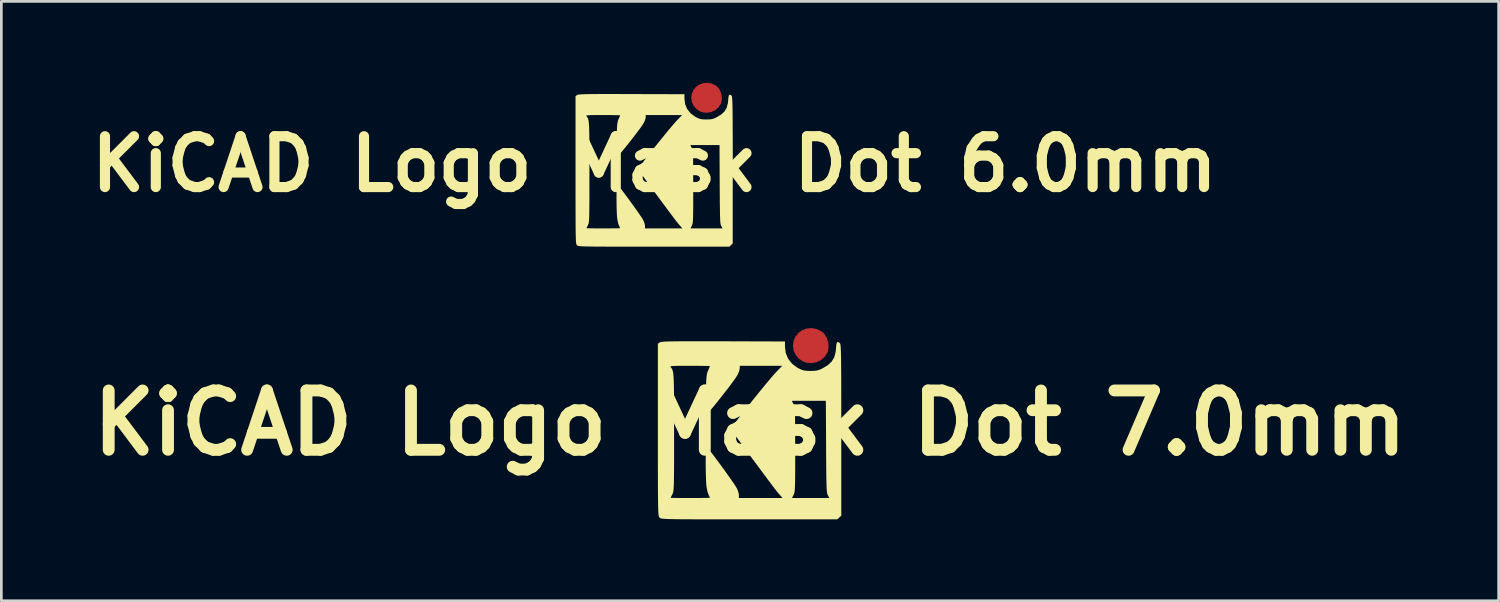
<source format=kicad_pcb>
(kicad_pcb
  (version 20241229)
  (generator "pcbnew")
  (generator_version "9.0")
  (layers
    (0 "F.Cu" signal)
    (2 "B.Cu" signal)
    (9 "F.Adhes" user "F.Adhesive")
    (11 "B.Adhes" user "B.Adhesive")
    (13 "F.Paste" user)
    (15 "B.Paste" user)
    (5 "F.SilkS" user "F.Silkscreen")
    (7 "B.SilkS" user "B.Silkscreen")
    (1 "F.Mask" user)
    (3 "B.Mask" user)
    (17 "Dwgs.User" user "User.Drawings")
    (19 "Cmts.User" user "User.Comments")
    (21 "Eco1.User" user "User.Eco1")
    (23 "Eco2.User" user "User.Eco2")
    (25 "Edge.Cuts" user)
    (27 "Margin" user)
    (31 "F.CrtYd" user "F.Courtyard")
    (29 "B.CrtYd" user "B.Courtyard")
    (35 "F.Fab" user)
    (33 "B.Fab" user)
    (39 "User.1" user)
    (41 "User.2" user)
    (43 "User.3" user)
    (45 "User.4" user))
  (footprint "KiCAD Logo Mask Dot 7.0mm"
    (layer "F.Cu")
    (at 24.598 12.542)
    (property "Reference" "KiCAD Logo Mask Dot 7.0mm" (at 0 0 180) (layer "F.SilkS") (effects (font (size 2.187 2.187) (thickness 0.437))))
    (attr board_only exclude_from_pos_files exclude_from_bom)
    (fp_poly (pts (xy 2.461 -3.462) (xy 2.63 -3.381) (xy 2.733 -3.295) (xy 2.828 -3.15) (xy 2.885 -2.976) (xy 2.898 -2.792) (xy 2.865 -2.621) (xy 2.857 -2.599) (xy 2.758 -2.442) (xy 2.618 -2.321) (xy 2.45 -2.24) (xy 2.267 -2.205) (xy 2.082 -2.221) (xy 1.972 -2.259) (xy 1.805 -2.367) (xy 1.683 -2.507) (xy 1.609 -2.668) (xy 1.582 -2.842) (xy 1.603 -3.016) (xy 1.673 -3.18) (xy 1.791 -3.325) (xy 1.911 -3.413) (xy 2.085 -3.48) (xy 2.274 -3.496)) (stroke (width 0) (type solid)) (fill yes) (layer "F.Cu"))
    (fp_poly (pts (xy 2.454 -3.464) (xy 2.624 -3.383) (xy 2.726 -3.296) (xy 2.822 -3.152) (xy 2.878 -2.978) (xy 2.892 -2.794) (xy 2.859 -2.623) (xy 2.85 -2.601) (xy 2.752 -2.444) (xy 2.612 -2.323) (xy 2.443 -2.242) (xy 2.26 -2.207) (xy 2.075 -2.223) (xy 1.965 -2.261) (xy 1.798 -2.368) (xy 1.677 -2.508) (xy 1.602 -2.67) (xy 1.575 -2.843) (xy 1.596 -3.017) (xy 1.666 -3.182) (xy 1.785 -3.326) (xy 1.905 -3.415) (xy 2.078 -3.482) (xy 2.267 -3.498)) (stroke (width 0) (type solid)) (fill yes) (layer "F.Mask"))
    (fp_poly (pts (xy -1.645 -3.012) (xy -1.241 -3.011) (xy -0.982 -3.011) (xy 1.289 -3.004) (xy 1.289 -2.806) (xy 1.319 -2.575) (xy 1.405 -2.368) (xy 1.545 -2.189) (xy 1.736 -2.044) (xy 1.799 -2.009) (xy 1.905 -1.961) (xy 1.999 -1.933) (xy 2.107 -1.921) (xy 2.233 -1.918) (xy 2.374 -1.922) (xy 2.479 -1.936) (xy 2.574 -1.966) (xy 2.67 -2.011) (xy 2.867 -2.129) (xy 3.01 -2.261) (xy 3.103 -2.417) (xy 3.155 -2.607) (xy 3.17 -2.744) (xy 3.182 -2.882) (xy 3.203 -2.962) (xy 3.235 -2.989) (xy 3.283 -2.967) (xy 3.315 -2.938) (xy 3.323 -2.925) (xy 3.33 -2.901) (xy 3.337 -2.863) (xy 3.342 -2.806) (xy 3.347 -2.728) (xy 3.351 -2.625) (xy 3.354 -2.492) (xy 3.357 -2.327) (xy 3.359 -2.126) (xy 3.361 -1.885) (xy 3.363 -1.601) (xy 3.363 -1.27) (xy 3.364 -0.888) (xy 3.364 -0.452) (xy 3.365 0.042) (xy 3.365 0.264) (xy 3.365 3.416) (xy 3.292 3.485) (xy 3.219 3.553) (xy -0.026 3.553) (xy -0.548 3.553) (xy -1.011 3.553) (xy -1.419 3.553) (xy -1.775 3.552) (xy -2.082 3.552) (xy -2.345 3.55) (xy -2.567 3.549) (xy -2.751 3.547) (xy -2.902 3.544) (xy -3.022 3.541) (xy -3.116 3.537) (xy -3.187 3.532) (xy -3.24 3.526) (xy -3.276 3.52) (xy -3.301 3.512) (xy -3.317 3.504) (xy -3.329 3.494) (xy -3.333 3.49) (xy -3.343 3.479) (xy -3.352 3.465) (xy -3.36 3.443) (xy -3.367 3.411) (xy -3.373 3.364) (xy -3.378 3.3) (xy -3.383 3.213) (xy -3.386 3.102) (xy -3.389 2.961) (xy -3.391 2.787) (xy -3.393 2.577) (xy -3.394 2.327) (xy -3.395 2.033) (xy -3.396 1.692) (xy -3.396 1.299) (xy -3.396 0.851) (xy -3.396 0.345) (xy -3.396 0.252) (xy -3.396 -2.069) (xy -2.931 -2.069) (xy -2.92 -2.052) (xy -2.896 -2.023) (xy -2.876 -1.992) (xy -2.859 -1.956) (xy -2.845 -1.909) (xy -2.833 -1.847) (xy -2.823 -1.765) (xy -2.816 -1.659) (xy -2.81 -1.523) (xy -2.805 -1.355) (xy -2.802 -1.148) (xy -2.8 -0.898) (xy -2.799 -0.602) (xy -2.799 -0.253) (xy -2.799 0.151) (xy -2.799 0.341) (xy -2.799 0.762) (xy -2.799 1.125) (xy -2.799 1.435) (xy -2.8 1.696) (xy -2.802 1.912) (xy -2.804 2.088) (xy -2.807 2.23) (xy -2.811 2.341) (xy -2.816 2.426) (xy -2.823 2.49) (xy -2.83 2.538) (xy -2.839 2.573) (xy -2.85 2.602) (xy -2.861 2.626) (xy -2.9 2.702) (xy -2.922 2.751) (xy -2.924 2.758) (xy -2.894 2.761) (xy -2.81 2.763) (xy -2.681 2.765) (xy -2.515 2.766) (xy -2.321 2.767) (xy -2.201 2.767) (xy -1.995 2.767) (xy -1.812 2.765) (xy -1.661 2.763) (xy -1.55 2.761) (xy -1.488 2.758) (xy -1.478 2.756) (xy -1.491 2.724) (xy -1.522 2.658) (xy -1.529 2.643) (xy -1.559 2.558) (xy -1.587 2.438) (xy -1.606 2.316) (xy -1.615 2.211) (xy -1.622 2.07) (xy -1.627 1.902) (xy -1.631 1.717) (xy -1.633 1.528) (xy -1.633 1.344) (xy -1.631 1.176) (xy -1.628 1.034) (xy -1.622 0.931) (xy -1.615 0.876) (xy -1.612 0.87) (xy -1.587 0.89) (xy -1.533 0.954) (xy -1.453 1.055) (xy -1.353 1.185) (xy -1.24 1.336) (xy -1.117 1.502) (xy -0.991 1.674) (xy -0.868 1.845) (xy -0.752 2.008) (xy -0.65 2.155) (xy -0.566 2.279) (xy -0.506 2.372) (xy -0.48 2.416) (xy -0.437 2.523) (xy -0.412 2.627) (xy -0.409 2.662) (xy -0.409 2.767) (xy 0.396 2.767) (xy 1.2 2.767) (xy 1.028 2.571) (xy 0.984 2.516) (xy 0.907 2.417) (xy 0.804 2.281) (xy 0.679 2.114) (xy 0.537 1.924) (xy 0.383 1.717) (xy 0.222 1.5) (xy 0.059 1.28) (xy -0.1 1.063) (xy -0.251 0.857) (xy -0.389 0.668) (xy -0.509 0.503) (xy -0.605 0.369) (xy -0.673 0.272) (xy -0.705 0.225) (xy -0.69 0.193) (xy -0.641 0.12) (xy -0.561 0.01) (xy -0.455 -0.13) (xy -0.329 -0.295) (xy -0.187 -0.477) (xy -0.033 -0.671) (xy 0.083 -0.818) (xy 1.544 -0.818) (xy 1.605 -0.684) (xy 1.618 -0.651) (xy 1.63 -0.613) (xy 1.639 -0.565) (xy 1.647 -0.503) (xy 1.653 -0.419) (xy 1.658 -0.308) (xy 1.661 -0.165) (xy 1.663 0.017) (xy 1.665 0.242) (xy 1.665 0.516) (xy 1.666 0.846) (xy 1.666 0.992) (xy 1.666 1.344) (xy 1.666 1.64) (xy 1.665 1.883) (xy 1.663 2.081) (xy 1.66 2.237) (xy 1.656 2.359) (xy 1.651 2.452) (xy 1.644 2.521) (xy 1.636 2.571) (xy 1.625 2.609) (xy 1.612 2.64) (xy 1.607 2.65) (xy 1.548 2.767) (xy 2.237 2.767) (xy 2.926 2.767) (xy 2.87 2.665) (xy 2.858 2.638) (xy 2.847 2.604) (xy 2.839 2.557) (xy 2.831 2.492) (xy 2.825 2.403) (xy 2.821 2.286) (xy 2.817 2.135) (xy 2.813 1.944) (xy 2.811 1.71) (xy 2.808 1.426) (xy 2.806 1.087) (xy 2.805 0.873) (xy 2.796 -0.818) (xy 2.17 -0.818) (xy 1.544 -0.818) (xy 0.083 -0.818) (xy 0.126 -0.871) (xy 0.287 -1.071) (xy 0.445 -1.265) (xy 0.594 -1.446) (xy 0.73 -1.609) (xy 0.848 -1.747) (xy 0.944 -1.855) (xy 0.995 -1.909) (xy 1.187 -2.107) (xy 0.405 -2.107) (xy -0.377 -2.107) (xy -0.377 -2.016) (xy -0.392 -1.938) (xy -0.43 -1.834) (xy -0.464 -1.764) (xy -0.507 -1.694) (xy -0.58 -1.59) (xy -0.676 -1.459) (xy -0.788 -1.309) (xy -0.913 -1.148) (xy -1.042 -0.982) (xy -1.172 -0.819) (xy -1.295 -0.666) (xy -1.406 -0.532) (xy -1.499 -0.422) (xy -1.569 -0.346) (xy -1.609 -0.309) (xy -1.616 -0.307) (xy -1.623 -0.342) (xy -1.629 -0.432) (xy -1.632 -0.567) (xy -1.632 -0.741) (xy -1.63 -0.943) (xy -1.628 -1.051) (xy -1.623 -1.288) (xy -1.617 -1.472) (xy -1.61 -1.611) (xy -1.601 -1.715) (xy -1.59 -1.794) (xy -1.574 -1.856) (xy -1.554 -1.911) (xy -1.545 -1.931) (xy -1.508 -2.018) (xy -1.483 -2.079) (xy -1.478 -2.095) (xy -1.508 -2.098) (xy -1.592 -2.101) (xy -1.722 -2.104) (xy -1.889 -2.106) (xy -2.084 -2.107) (xy -2.222 -2.107) (xy -2.456 -2.107) (xy -2.635 -2.106) (xy -2.764 -2.103) (xy -2.852 -2.099) (xy -2.904 -2.092) (xy -2.928 -2.082) (xy -2.931 -2.069) (xy -3.396 -2.069) (xy -3.396 -2.923) (xy -3.324 -2.97) (xy -3.304 -2.979) (xy -3.27 -2.987) (xy -3.218 -2.993) (xy -3.144 -2.999) (xy -3.043 -3.003) (xy -2.912 -3.007) (xy -2.745 -3.009) (xy -2.54 -3.011) (xy -2.291 -3.012) (xy -1.994 -3.012)) (stroke (width 0) (type solid)) (fill yes) (layer "F.SilkS")))
  (footprint "KiCAD Logo Mask Dot 6.0mm"
    (layer "F.Cu")
    (at 21.077 2.998)
    (property "Reference" "KiCAD Logo Mask Dot 6.0mm" (at 0 0 180) (layer "F.SilkS") (effects (font (size 1.874 1.874) (thickness 0.374))))
    (attr board_only exclude_from_pos_files exclude_from_bom)
    (fp_poly (pts (xy 2.109 -2.968) (xy 2.255 -2.898) (xy 2.343 -2.824) (xy 2.424 -2.7) (xy 2.473 -2.551) (xy 2.484 -2.393) (xy 2.456 -2.246) (xy 2.449 -2.228) (xy 2.364 -2.093) (xy 2.244 -1.989) (xy 2.1 -1.92) (xy 1.943 -1.89) (xy 1.785 -1.904) (xy 1.69 -1.936) (xy 1.547 -2.029) (xy 1.443 -2.149) (xy 1.379 -2.287) (xy 1.356 -2.436) (xy 1.374 -2.585) (xy 1.434 -2.726) (xy 1.535 -2.85) (xy 1.638 -2.925) (xy 1.787 -2.983) (xy 1.949 -2.997)) (stroke (width 0) (type solid)) (fill yes) (layer "F.Cu"))
    (fp_poly (pts (xy 2.103 -2.969) (xy 2.249 -2.9) (xy 2.337 -2.826) (xy 2.419 -2.702) (xy 2.467 -2.552) (xy 2.479 -2.395) (xy 2.45 -2.248) (xy 2.443 -2.229) (xy 2.359 -2.095) (xy 2.239 -1.991) (xy 2.094 -1.922) (xy 1.937 -1.892) (xy 1.779 -1.905) (xy 1.685 -1.938) (xy 1.541 -2.03) (xy 1.437 -2.15) (xy 1.373 -2.289) (xy 1.35 -2.437) (xy 1.368 -2.586) (xy 1.428 -2.727) (xy 1.53 -2.851) (xy 1.633 -2.927) (xy 1.781 -2.985) (xy 1.943 -2.998)) (stroke (width 0) (type solid)) (fill yes) (layer "F.Mask"))
    (fp_poly (pts (xy -1.41 -2.582) (xy -1.063 -2.581) (xy -0.841 -2.58) (xy 1.105 -2.575) (xy 1.105 -2.405) (xy 1.13 -2.208) (xy 1.204 -2.03) (xy 1.325 -1.877) (xy 1.488 -1.752) (xy 1.542 -1.722) (xy 1.633 -1.681) (xy 1.713 -1.657) (xy 1.806 -1.646) (xy 1.914 -1.644) (xy 2.035 -1.647) (xy 2.125 -1.659) (xy 2.206 -1.685) (xy 2.288 -1.724) (xy 2.458 -1.825) (xy 2.58 -1.938) (xy 2.66 -2.072) (xy 2.704 -2.234) (xy 2.717 -2.352) (xy 2.728 -2.47) (xy 2.746 -2.539) (xy 2.773 -2.562) (xy 2.814 -2.543) (xy 2.842 -2.518) (xy 2.849 -2.507) (xy 2.855 -2.487) (xy 2.86 -2.454) (xy 2.865 -2.406) (xy 2.869 -2.339) (xy 2.872 -2.25) (xy 2.875 -2.136) (xy 2.878 -1.995) (xy 2.88 -1.822) (xy 2.881 -1.616) (xy 2.882 -1.372) (xy 2.883 -1.088) (xy 2.883 -0.761) (xy 2.884 -0.387) (xy 2.884 0.036) (xy 2.884 0.226) (xy 2.884 2.928) (xy 2.822 2.987) (xy 2.759 3.046) (xy -0.022 3.046) (xy -0.47 3.046) (xy -0.867 3.046) (xy -1.216 3.045) (xy -1.521 3.045) (xy -1.785 3.044) (xy -2.01 3.043) (xy -2.2 3.042) (xy -2.358 3.04) (xy -2.487 3.038) (xy -2.59 3.035) (xy -2.671 3.032) (xy -2.732 3.028) (xy -2.777 3.023) (xy -2.808 3.017) (xy -2.829 3.011) (xy -2.843 3.003) (xy -2.854 2.995) (xy -2.857 2.992) (xy -2.866 2.982) (xy -2.873 2.97) (xy -2.88 2.951) (xy -2.886 2.924) (xy -2.891 2.884) (xy -2.896 2.828) (xy -2.899 2.754) (xy -2.902 2.659) (xy -2.905 2.538) (xy -2.907 2.389) (xy -2.908 2.209) (xy -2.909 1.995) (xy -2.91 1.743) (xy -2.91 1.45) (xy -2.911 1.113) (xy -2.911 0.73) (xy -2.911 0.296) (xy -2.911 0.216) (xy -2.911 -1.773) (xy -2.512 -1.773) (xy -2.502 -1.759) (xy -2.483 -1.734) (xy -2.466 -1.708) (xy -2.451 -1.677) (xy -2.439 -1.636) (xy -2.428 -1.583) (xy -2.42 -1.513) (xy -2.413 -1.422) (xy -2.408 -1.306) (xy -2.405 -1.161) (xy -2.402 -0.984) (xy -2.4 -0.77) (xy -2.399 -0.516) (xy -2.399 -0.217) (xy -2.399 0.13) (xy -2.399 0.292) (xy -2.399 0.653) (xy -2.399 0.965) (xy -2.399 1.23) (xy -2.4 1.453) (xy -2.402 1.639) (xy -2.404 1.79) (xy -2.406 1.911) (xy -2.41 2.007) (xy -2.414 2.08) (xy -2.419 2.135) (xy -2.426 2.175) (xy -2.434 2.206) (xy -2.443 2.23) (xy -2.453 2.251) (xy -2.485 2.316) (xy -2.504 2.358) (xy -2.507 2.364) (xy -2.481 2.366) (xy -2.409 2.368) (xy -2.298 2.37) (xy -2.156 2.371) (xy -1.99 2.372) (xy -1.887 2.372) (xy -1.71 2.371) (xy -1.554 2.37) (xy -1.424 2.369) (xy -1.329 2.367) (xy -1.275 2.364) (xy -1.267 2.362) (xy -1.278 2.335) (xy -1.304 2.278) (xy -1.311 2.265) (xy -1.336 2.193) (xy -1.36 2.09) (xy -1.377 1.985) (xy -1.384 1.896) (xy -1.39 1.774) (xy -1.395 1.63) (xy -1.398 1.472) (xy -1.4 1.31) (xy -1.4 1.152) (xy -1.398 1.008) (xy -1.395 0.887) (xy -1.39 0.798) (xy -1.384 0.751) (xy -1.381 0.745) (xy -1.361 0.763) (xy -1.314 0.818) (xy -1.245 0.904) (xy -1.16 1.015) (xy -1.063 1.145) (xy -0.958 1.287) (xy -0.85 1.435) (xy -0.744 1.581) (xy -0.645 1.721) (xy -0.557 1.847) (xy -0.485 1.953) (xy -0.434 2.033) (xy -0.412 2.071) (xy -0.375 2.162) (xy -0.353 2.252) (xy -0.35 2.282) (xy -0.35 2.372) (xy 0.339 2.372) (xy 1.029 2.372) (xy 0.881 2.203) (xy 0.843 2.156) (xy 0.778 2.072) (xy 0.689 1.955) (xy 0.582 1.812) (xy 0.46 1.649) (xy 0.328 1.472) (xy 0.19 1.286) (xy 0.051 1.097) (xy -0.086 0.911) (xy -0.215 0.734) (xy -0.334 0.572) (xy -0.436 0.431) (xy -0.519 0.316) (xy -0.577 0.233) (xy -0.604 0.193) (xy -0.592 0.166) (xy -0.549 0.103) (xy -0.481 0.008) (xy -0.39 -0.112) (xy -0.282 -0.253) (xy -0.16 -0.409) (xy -0.029 -0.575) (xy 0.071 -0.701) (xy 1.323 -0.701) (xy 1.375 -0.586) (xy 1.387 -0.558) (xy 1.397 -0.525) (xy 1.405 -0.485) (xy 1.412 -0.431) (xy 1.417 -0.359) (xy 1.421 -0.264) (xy 1.424 -0.141) (xy 1.426 0.014) (xy 1.427 0.207) (xy 1.427 0.442) (xy 1.428 0.725) (xy 1.428 0.85) (xy 1.428 1.152) (xy 1.428 1.405) (xy 1.427 1.614) (xy 1.425 1.783) (xy 1.423 1.918) (xy 1.42 2.022) (xy 1.415 2.102) (xy 1.409 2.161) (xy 1.402 2.204) (xy 1.393 2.236) (xy 1.382 2.263) (xy 1.377 2.272) (xy 1.326 2.372) (xy 1.917 2.372) (xy 2.508 2.372) (xy 2.46 2.284) (xy 2.45 2.262) (xy 2.441 2.232) (xy 2.433 2.192) (xy 2.427 2.136) (xy 2.422 2.06) (xy 2.418 1.959) (xy 2.414 1.83) (xy 2.412 1.667) (xy 2.409 1.466) (xy 2.407 1.222) (xy 2.405 0.932) (xy 2.404 0.748) (xy 2.397 -0.701) (xy 1.86 -0.701) (xy 1.323 -0.701) (xy 0.071 -0.701) (xy 0.108 -0.747) (xy 0.246 -0.918) (xy 0.381 -1.084) (xy 0.509 -1.24) (xy 0.626 -1.379) (xy 0.727 -1.498) (xy 0.809 -1.59) (xy 0.853 -1.637) (xy 1.018 -1.806) (xy 0.347 -1.806) (xy -0.323 -1.806) (xy -0.323 -1.728) (xy -0.336 -1.661) (xy -0.369 -1.572) (xy -0.398 -1.512) (xy -0.435 -1.452) (xy -0.497 -1.362) (xy -0.579 -1.25) (xy -0.676 -1.122) (xy -0.782 -0.984) (xy -0.893 -0.841) (xy -1.004 -0.702) (xy -1.11 -0.571) (xy -1.205 -0.456) (xy -1.285 -0.362) (xy -1.345 -0.296) (xy -1.379 -0.265) (xy -1.385 -0.263) (xy -1.392 -0.293) (xy -1.396 -0.37) (xy -1.399 -0.486) (xy -1.399 -0.635) (xy -1.397 -0.809) (xy -1.396 -0.901) (xy -1.391 -1.104) (xy -1.386 -1.261) (xy -1.38 -1.381) (xy -1.373 -1.47) (xy -1.362 -1.537) (xy -1.349 -1.591) (xy -1.332 -1.638) (xy -1.325 -1.655) (xy -1.292 -1.73) (xy -1.271 -1.782) (xy -1.267 -1.796) (xy -1.292 -1.799) (xy -1.365 -1.801) (xy -1.476 -1.803) (xy -1.619 -1.805) (xy -1.786 -1.806) (xy -1.904 -1.806) (xy -2.105 -1.806) (xy -2.258 -1.805) (xy -2.369 -1.803) (xy -2.444 -1.799) (xy -2.489 -1.793) (xy -2.51 -1.785) (xy -2.512 -1.773) (xy -2.911 -1.773) (xy -2.911 -2.505) (xy -2.849 -2.546) (xy -2.832 -2.553) (xy -2.803 -2.56) (xy -2.758 -2.566) (xy -2.695 -2.57) (xy -2.608 -2.574) (xy -2.496 -2.577) (xy -2.353 -2.579) (xy -2.177 -2.581) (xy -1.964 -2.582) (xy -1.709 -2.582)) (stroke (width 0) (type solid)) (fill yes) (layer "F.SilkS")))
  (gr_rect
    (start -3 -3)
    (end 52.196 19.095)
    (stroke (width 0.1) (type default))
    (fill no)
    (layer "Edge.Cuts")))
</source>
